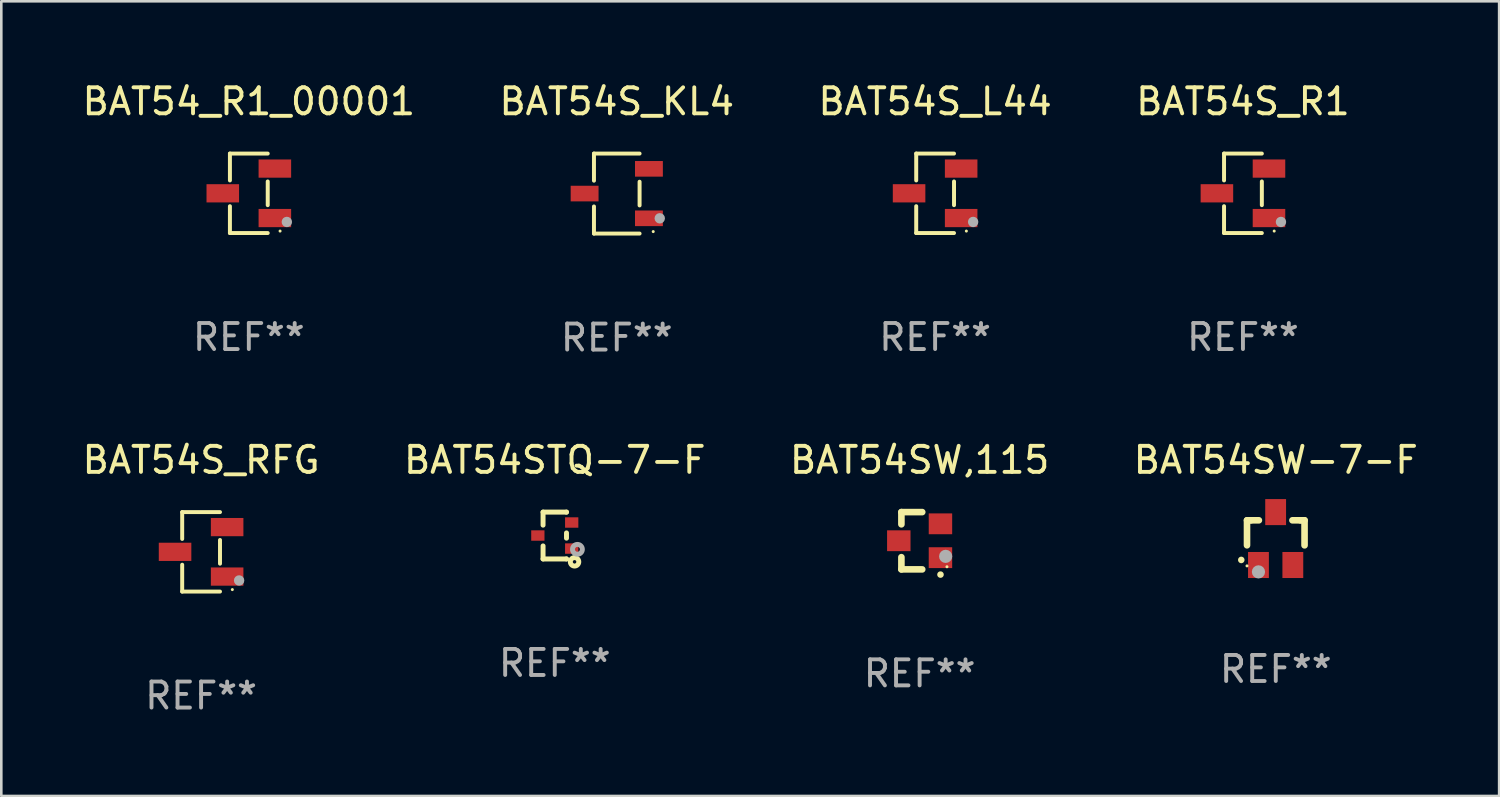
<source format=kicad_pcb>
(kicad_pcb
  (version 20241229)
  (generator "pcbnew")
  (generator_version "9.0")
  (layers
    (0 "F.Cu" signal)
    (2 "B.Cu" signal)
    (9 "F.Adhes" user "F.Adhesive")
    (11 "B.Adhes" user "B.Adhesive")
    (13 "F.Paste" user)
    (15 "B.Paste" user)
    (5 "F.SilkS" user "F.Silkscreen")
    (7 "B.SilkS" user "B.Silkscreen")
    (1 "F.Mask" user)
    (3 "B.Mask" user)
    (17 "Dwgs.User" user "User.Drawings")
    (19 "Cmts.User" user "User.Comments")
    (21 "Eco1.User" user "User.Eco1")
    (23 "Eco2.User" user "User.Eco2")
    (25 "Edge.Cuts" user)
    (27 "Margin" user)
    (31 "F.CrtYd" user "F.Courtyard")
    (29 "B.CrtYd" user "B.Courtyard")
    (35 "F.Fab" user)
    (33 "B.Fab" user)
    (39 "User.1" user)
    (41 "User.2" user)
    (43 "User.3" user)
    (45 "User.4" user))
  (footprint "BAT54S_KL4"
    (layer "F.Cu")
    (at 20.637 4.384)
    (property "Reference" "BAT54S_KL4" (at 0 -3.536 0) (layer "F.SilkS") (effects (font (size 1 1) (thickness 0.15))))
    (attr through_hole)
    (fp_line (start -0.876 -1.536) (end -0.876 -0.495) (stroke (width 0.152) (type solid)) (layer "F.SilkS"))
    (fp_line (start -0.876 1.536) (end -0.876 0.495) (stroke (width 0.152) (type solid)) (layer "F.SilkS"))
    (fp_line (start 0.876 -1.536) (end -0.876 -1.536) (stroke (width 0.152) (type solid)) (layer "F.SilkS"))
    (fp_line (start 0.876 -0.455) (end 0.876 0.455) (stroke (width 0.152) (type solid)) (layer "F.SilkS"))
    (fp_line (start 0.876 1.536) (end -0.876 1.536) (stroke (width 0.152) (type solid)) (layer "F.SilkS"))
    (fp_circle (center 1.4 1.46) (end 1.43 1.46) (stroke (width 0.06) (type solid)) (fill no) (layer "F.SilkS"))
    (fp_circle (center 1.651 0.95) (end 1.751 0.95) (stroke (width 0.2) (type solid)) (fill no) (layer "F.Fab"))
    (fp_text user "REF**" (at 0 5.536 0) (layer "F.Fab") (effects (font (size 1 1) (thickness 0.15))))
    (pad "1" smd rect (at 1.235 0.95) (size 1.07 0.6) (layers "F.Cu" "F.Mask" "F.Paste"))
    (pad "2" smd rect (at 1.235 -0.95) (size 1.07 0.6) (layers "F.Cu" "F.Mask" "F.Paste"))
    (pad "3" smd rect (at -1.235 0) (size 1.07 0.6) (layers "F.Cu" "F.Mask" "F.Paste")))
  (footprint "BAT54SW,115"
    (layer "F.Cu")
    (at 32.268 17.717)
    (property "Reference" "BAT54SW,115" (at 0 -3.1 0) (layer "F.SilkS") (effects (font (size 1 1) (thickness 0.15))))
    (attr through_hole)
    (fp_line (start -0.7 -1.1) (end 0.1 -1.1) (stroke (width 0.254) (type solid)) (layer "F.SilkS"))
    (fp_line (start -0.7 -0.631) (end -0.7 -1.1) (stroke (width 0.254) (type solid)) (layer "F.SilkS"))
    (fp_line (start -0.7 1.1) (end -0.7 0.631) (stroke (width 0.254) (type solid)) (layer "F.SilkS"))
    (fp_line (start -0.7 1.1) (end 0.1 1.1) (stroke (width 0.254) (type solid)) (layer "F.SilkS"))
    (fp_arc (start 0.8 1.3) (mid 0.80127 1.299994) (end 0.80254 1.3) (stroke (width 0.24892) (type solid)) (layer "F.SilkS"))
    (fp_circle (center 1.05 1) (end 1.08 1) (stroke (width 0.06) (type solid)) (fill no) (layer "F.SilkS"))
    (fp_circle (center 1 0.6) (end 1.127 0.6) (stroke (width 0.254) (type solid)) (fill no) (layer "F.Fab"))
    (fp_text user "REF**" (at 0 5.1 0) (layer "F.Fab") (effects (font (size 1 1) (thickness 0.15))))
    (pad "1" smd rect (at 0.8 0.65 90) (size 0.8 0.9) (layers "F.Cu" "F.Mask" "F.Paste"))
    (pad "2" smd rect (at 0.8 -0.65 90) (size 0.8 0.9) (layers "F.Cu" "F.Mask" "F.Paste"))
    (pad "3" smd rect (at -0.8 0 90) (size 0.8 0.9) (layers "F.Cu" "F.Mask" "F.Paste")))
  (footprint "BAT54SW-7-F"
    (layer "F.Cu")
    (at 45.946 17.633)
    (property "Reference" "BAT54SW-7-F" (at 0 -3.016 0) (layer "F.SilkS") (effects (font (size 1 1) (thickness 0.15))))
    (attr through_hole)
    (fp_line (start -1.105 -0.701) (end -1.105 0.259) (stroke (width 0.254) (type solid)) (layer "F.SilkS"))
    (fp_line (start -0.955 -0.701) (end -1.105 -0.701) (stroke (width 0.254) (type solid)) (layer "F.SilkS"))
    (fp_line (start -0.955 -0.701) (end -0.649 -0.701) (stroke (width 0.254) (type solid)) (layer "F.SilkS"))
    (fp_line (start 0.639 -0.701) (end 0.945 -0.701) (stroke (width 0.254) (type solid)) (layer "F.SilkS"))
    (fp_line (start 0.945 -0.701) (end 1.105 -0.701) (stroke (width 0.254) (type solid)) (layer "F.SilkS"))
    (fp_line (start 1.105 -0.701) (end 1.105 0.261) (stroke (width 0.254) (type solid)) (layer "F.SilkS"))
    (fp_arc (start -1.324994 0.82253) (mid -1.325 0.82126) (end -1.324994 0.81999) (stroke (width 0.24892) (type solid)) (layer "F.SilkS"))
    (fp_circle (center -1.105 1.05) (end -1.075 1.05) (stroke (width 0.06) (type solid)) (fill no) (layer "F.SilkS"))
    (fp_circle (center -0.665 1.28) (end -0.538 1.28) (stroke (width 0.254) (type solid)) (fill no) (layer "F.Fab"))
    (fp_text user "REF**" (at 0 5.016 0) (layer "F.Fab") (effects (font (size 1 1) (thickness 0.15))))
    (pad "1" smd rect (at -0.665 1.016) (size 0.8 1) (layers "F.Cu" "F.Mask" "F.Paste"))
    (pad "2" smd rect (at 0.655 1.016) (size 0.8 1) (layers "F.Cu" "F.Mask" "F.Paste"))
    (pad "3" smd rect (at -0.005 -1.016) (size 0.8 1) (layers "F.Cu" "F.Mask" "F.Paste")))
  (footprint "BAT54S_RFG"
    (layer "F.Cu")
    (at 4.673 18.143)
    (property "Reference" "BAT54S_RFG" (at 0 -3.526 0) (layer "F.SilkS") (effects (font (size 1 1) (thickness 0.15))))
    (attr through_hole)
    (fp_line (start -0.726 -1.526) (end -0.726 -0.495) (stroke (width 0.152) (type solid)) (layer "F.SilkS"))
    (fp_line (start -0.726 1.526) (end -0.726 0.495) (stroke (width 0.152) (type solid)) (layer "F.SilkS"))
    (fp_line (start 0.726 -1.526) (end -0.726 -1.526) (stroke (width 0.152) (type solid)) (layer "F.SilkS"))
    (fp_line (start 0.726 -0.455) (end 0.726 0.455) (stroke (width 0.152) (type solid)) (layer "F.SilkS"))
    (fp_line (start 0.726 1.526) (end -0.726 1.526) (stroke (width 0.152) (type solid)) (layer "F.SilkS"))
    (fp_circle (center 1.2 1.45) (end 1.23 1.45) (stroke (width 0.06) (type solid)) (fill no) (layer "F.SilkS"))
    (fp_circle (center 1.46 1.1) (end 1.56 1.1) (stroke (width 0.2) (type solid)) (fill no) (layer "F.Fab"))
    (fp_text user "REF**" (at 0 5.526 0) (layer "F.Fab") (effects (font (size 1 1) (thickness 0.15))))
    (pad "1" smd rect (at 1 0.95) (size 1.25 0.7) (layers "F.Cu" "F.Mask" "F.Paste"))
    (pad "2" smd rect (at 1 -0.95) (size 1.25 0.7) (layers "F.Cu" "F.Mask" "F.Paste"))
    (pad "3" smd rect (at -1 0) (size 1.25 0.7) (layers "F.Cu" "F.Mask" "F.Paste")))
  (footprint "BAT54_R1_00001"
    (layer "F.Cu")
    (at 6.506 4.374)
    (property "Reference" "BAT54_R1_00001" (at 0 -3.526 0) (layer "F.SilkS") (effects (font (size 1 1) (thickness 0.15))))
    (attr through_hole)
    (fp_line (start -0.726 -1.526) (end -0.726 -0.495) (stroke (width 0.152) (type solid)) (layer "F.SilkS"))
    (fp_line (start -0.726 1.526) (end -0.726 0.495) (stroke (width 0.152) (type solid)) (layer "F.SilkS"))
    (fp_line (start 0.726 -1.526) (end -0.726 -1.526) (stroke (width 0.152) (type solid)) (layer "F.SilkS"))
    (fp_line (start 0.726 -0.455) (end 0.726 0.455) (stroke (width 0.152) (type solid)) (layer "F.SilkS"))
    (fp_line (start 0.726 1.526) (end -0.726 1.526) (stroke (width 0.152) (type solid)) (layer "F.SilkS"))
    (fp_circle (center 1.2 1.45) (end 1.23 1.45) (stroke (width 0.06) (type solid)) (fill no) (layer "F.SilkS"))
    (fp_circle (center 1.46 1.1) (end 1.56 1.1) (stroke (width 0.2) (type solid)) (fill no) (layer "F.Fab"))
    (fp_text user "REF**" (at 0 5.526 0) (layer "F.Fab") (effects (font (size 1 1) (thickness 0.15))))
    (pad "1" smd rect (at 1 0.95) (size 1.25 0.7) (layers "F.Cu" "F.Mask" "F.Paste"))
    (pad "2" smd rect (at 1 -0.95) (size 1.25 0.7) (layers "F.Cu" "F.Mask" "F.Paste"))
    (pad "3" smd rect (at -1 0) (size 1.25 0.7) (layers "F.Cu" "F.Mask" "F.Paste")))
  (footprint "BAT54STQ-7-F"
    (layer "F.Cu")
    (at 18.256 17.517)
    (property "Reference" "BAT54STQ-7-F" (at 0 -2.9 0) (layer "F.SilkS") (effects (font (size 1 1) (thickness 0.15))))
    (attr through_hole)
    (fp_line (start -0.45 -0.9) (end 0.45 -0.9) (stroke (width 0.19) (type solid)) (layer "F.SilkS"))
    (fp_line (start -0.45 -0.399) (end -0.45 -0.9) (stroke (width 0.19) (type solid)) (layer "F.SilkS"))
    (fp_line (start -0.45 0.9) (end -0.45 0.399) (stroke (width 0.19) (type solid)) (layer "F.SilkS"))
    (fp_line (start -0.45 0.9) (end 0.45 0.9) (stroke (width 0.19) (type solid)) (layer "F.SilkS"))
    (fp_line (start 0.45 -0.899) (end 0.45 -0.9) (stroke (width 0.19) (type solid)) (layer "F.SilkS"))
    (fp_line (start 0.45 0.101) (end 0.45 -0.101) (stroke (width 0.19) (type solid)) (layer "F.SilkS"))
    (fp_line (start 0.45 0.9) (end 0.45 0.899) (stroke (width 0.19) (type solid)) (layer "F.SilkS"))
    (fp_circle (center 0.76 1.01) (end 0.827 1.01) (stroke (width 0.19) (type solid)) (fill no) (layer "F.SilkS"))
    (fp_circle (center 0.8 0.8) (end 0.81 0.8) (stroke (width 0.02) (type solid)) (fill no) (layer "F.SilkS"))
    (fp_circle (center 0.87 0.53) (end 0.964 0.53) (stroke (width 0.19) (type solid)) (fill no) (layer "F.Fab"))
    (fp_text user "REF**" (at 0 4.9 0) (layer "F.Fab") (effects (font (size 1 1) (thickness 0.15))))
    (pad "1" smd rect (at 0.65 0.5 90) (size 0.4 0.51) (layers "F.Cu" "F.Mask" "F.Paste"))
    (pad "2" smd rect (at 0.65 -0.5 90) (size 0.4 0.51) (layers "F.Cu" "F.Mask" "F.Paste"))
    (pad "3" smd rect (at -0.65 0.000127 90) (size 0.4 0.51) (layers "F.Cu" "F.Mask" "F.Paste")))
  (footprint "BAT54S_L44"
    (layer "F.Cu")
    (at 32.863 4.374)
    (property "Reference" "BAT54S_L44" (at 0 -3.526 0) (layer "F.SilkS") (effects (font (size 1 1) (thickness 0.15))))
    (attr through_hole)
    (fp_line (start -0.726 -1.526) (end -0.726 -0.495) (stroke (width 0.152) (type solid)) (layer "F.SilkS"))
    (fp_line (start -0.726 1.526) (end -0.726 0.495) (stroke (width 0.152) (type solid)) (layer "F.SilkS"))
    (fp_line (start 0.726 -1.526) (end -0.726 -1.526) (stroke (width 0.152) (type solid)) (layer "F.SilkS"))
    (fp_line (start 0.726 -0.455) (end 0.726 0.455) (stroke (width 0.152) (type solid)) (layer "F.SilkS"))
    (fp_line (start 0.726 1.526) (end -0.726 1.526) (stroke (width 0.152) (type solid)) (layer "F.SilkS"))
    (fp_circle (center 1.2 1.45) (end 1.23 1.45) (stroke (width 0.06) (type solid)) (fill no) (layer "F.SilkS"))
    (fp_circle (center 1.46 1.1) (end 1.56 1.1) (stroke (width 0.2) (type solid)) (fill no) (layer "F.Fab"))
    (fp_text user "REF**" (at 0 5.526 0) (layer "F.Fab") (effects (font (size 1 1) (thickness 0.15))))
    (pad "1" smd rect (at 1 0.95) (size 1.25 0.7) (layers "F.Cu" "F.Mask" "F.Paste"))
    (pad "2" smd rect (at 1 -0.95) (size 1.25 0.7) (layers "F.Cu" "F.Mask" "F.Paste"))
    (pad "3" smd rect (at -1 0) (size 1.25 0.7) (layers "F.Cu" "F.Mask" "F.Paste")))
  (footprint "BAT54S_R1"
    (layer "F.Cu")
    (at 44.685 4.374)
    (property "Reference" "BAT54S_R1" (at 0 -3.526 0) (layer "F.SilkS") (effects (font (size 1 1) (thickness 0.15))))
    (attr through_hole)
    (fp_line (start -0.726 -1.526) (end -0.726 -0.495) (stroke (width 0.152) (type solid)) (layer "F.SilkS"))
    (fp_line (start -0.726 1.526) (end -0.726 0.495) (stroke (width 0.152) (type solid)) (layer "F.SilkS"))
    (fp_line (start 0.726 -1.526) (end -0.726 -1.526) (stroke (width 0.152) (type solid)) (layer "F.SilkS"))
    (fp_line (start 0.726 -0.455) (end 0.726 0.455) (stroke (width 0.152) (type solid)) (layer "F.SilkS"))
    (fp_line (start 0.726 1.526) (end -0.726 1.526) (stroke (width 0.152) (type solid)) (layer "F.SilkS"))
    (fp_circle (center 1.2 1.45) (end 1.23 1.45) (stroke (width 0.06) (type solid)) (fill no) (layer "F.SilkS"))
    (fp_circle (center 1.46 1.1) (end 1.56 1.1) (stroke (width 0.2) (type solid)) (fill no) (layer "F.Fab"))
    (fp_text user "REF**" (at 0 5.526 0) (layer "F.Fab") (effects (font (size 1 1) (thickness 0.15))))
    (pad "1" smd rect (at 1 0.95) (size 1.25 0.7) (layers "F.Cu" "F.Mask" "F.Paste"))
    (pad "2" smd rect (at 1 -0.95) (size 1.25 0.7) (layers "F.Cu" "F.Mask" "F.Paste"))
    (pad "3" smd rect (at -1 0) (size 1.25 0.7) (layers "F.Cu" "F.Mask" "F.Paste")))
  (gr_rect
    (start -3 -3)
    (end 54.524 27.518)
    (stroke (width 0.1) (type default))
    (fill no)
    (layer "Edge.Cuts")))
</source>
